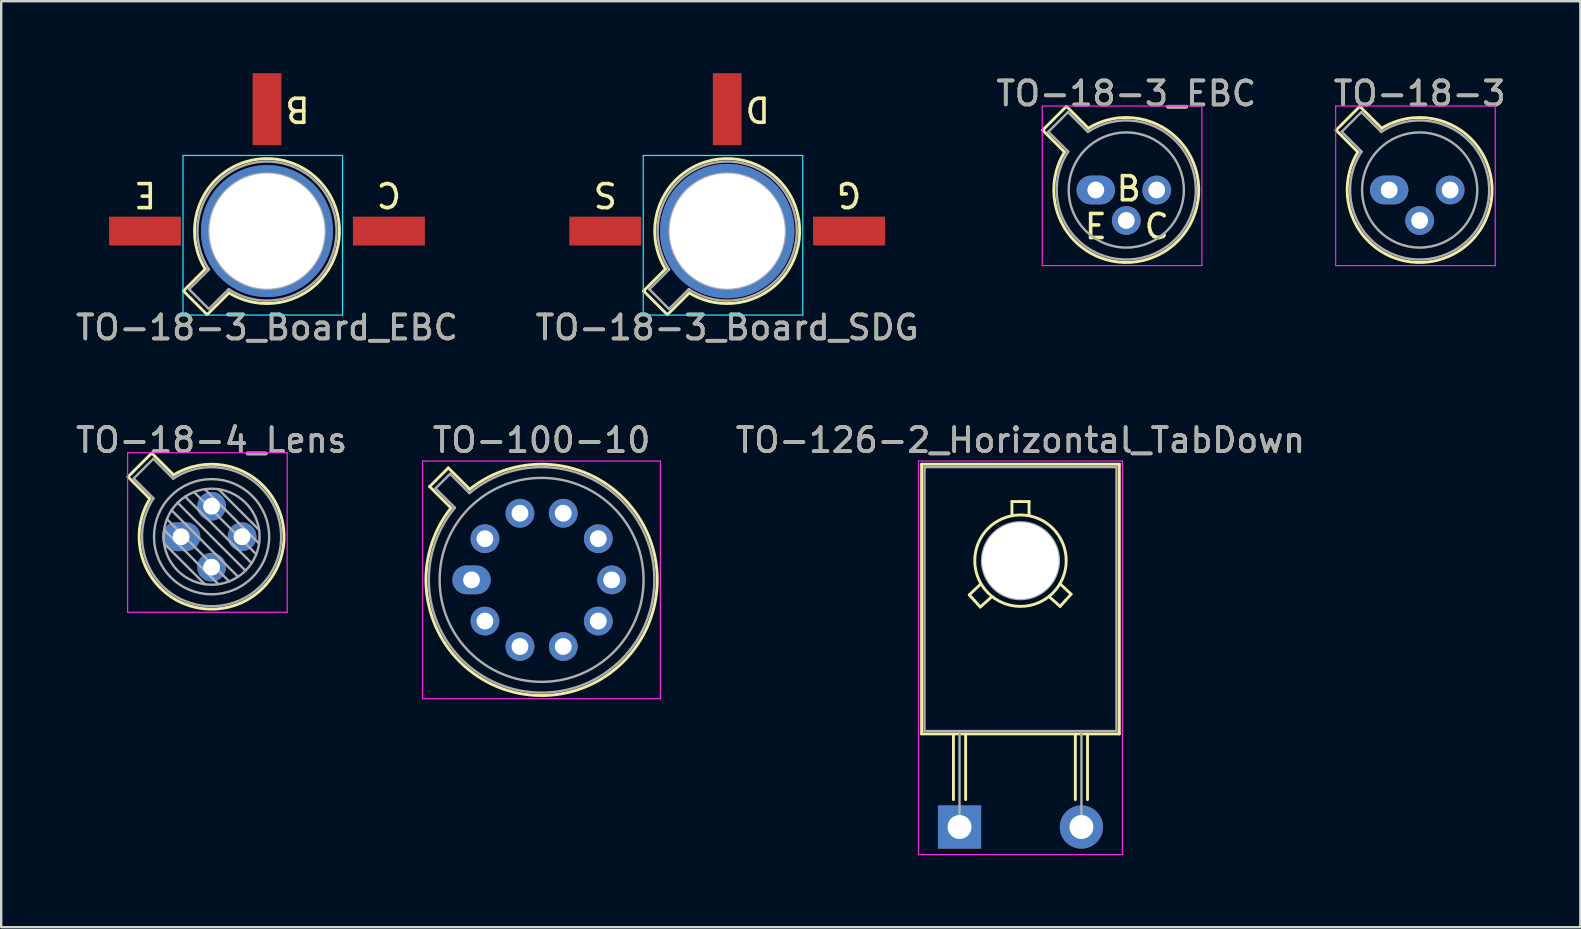
<source format=kicad_pcb>
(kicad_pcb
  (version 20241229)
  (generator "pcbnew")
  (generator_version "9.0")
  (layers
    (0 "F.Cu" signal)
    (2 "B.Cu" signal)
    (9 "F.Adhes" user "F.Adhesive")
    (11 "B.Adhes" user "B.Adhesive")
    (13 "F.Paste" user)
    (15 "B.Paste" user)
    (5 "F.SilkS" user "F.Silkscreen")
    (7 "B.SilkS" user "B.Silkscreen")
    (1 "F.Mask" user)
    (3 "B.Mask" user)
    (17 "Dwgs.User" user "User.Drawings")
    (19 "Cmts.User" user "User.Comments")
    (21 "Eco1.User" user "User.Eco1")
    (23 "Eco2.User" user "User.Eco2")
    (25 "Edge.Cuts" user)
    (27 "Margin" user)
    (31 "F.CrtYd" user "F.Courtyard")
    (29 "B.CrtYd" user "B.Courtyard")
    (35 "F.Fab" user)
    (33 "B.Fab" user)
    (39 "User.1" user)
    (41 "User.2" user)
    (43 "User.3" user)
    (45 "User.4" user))
  (footprint "TO-126-2_Horizontal_TabDown"
    (layer "F.Cu")
    (at 36.938 31.416)
    (property "Reference" "TO-126-2_Horizontal_TabDown" (at 2.54 -16.12 0) (layer "F.SilkS") (effects (font (size 1 1) (thickness 0.15))))
    (attr through_hole)
    (fp_line (start -1.58 -15.12) (end -1.58 -3.88) (stroke (width 0.12) (type solid)) (layer "F.SilkS"))
    (fp_line (start -1.58 -15.12) (end 6.66 -15.12) (stroke (width 0.12) (type solid)) (layer "F.SilkS"))
    (fp_line (start -1.58 -3.88) (end 6.66 -3.88) (stroke (width 0.12) (type solid)) (layer "F.SilkS"))
    (fp_line (start -0.254 -1.143) (end -0.254 -3.873) (stroke (width 0.12) (type solid)) (layer "F.SilkS"))
    (fp_line (start 0.254 -3.873) (end 0.254 -1.143) (stroke (width 0.12) (type solid)) (layer "F.SilkS"))
    (fp_line (start 0.406 -9.677) (end 0.864 -10.109) (stroke (width 0.12) (type solid)) (layer "F.SilkS"))
    (fp_line (start 0.635 -9.423) (end 0.406 -9.677) (stroke (width 0.12) (type solid)) (layer "F.SilkS"))
    (fp_line (start 0.864 -9.169) (end 0.635 -9.423) (stroke (width 0.12) (type solid)) (layer "F.SilkS"))
    (fp_line (start 0.864 -9.169) (end 1.321 -9.576) (stroke (width 0.12) (type solid)) (layer "F.SilkS"))
    (fp_line (start 2.184 -13.564) (end 2.184 -13.005) (stroke (width 0.12) (type solid)) (layer "F.SilkS"))
    (fp_line (start 2.184 -13.564) (end 2.54 -13.564) (stroke (width 0.12) (type solid)) (layer "F.SilkS"))
    (fp_line (start 2.54 -13.564) (end 2.896 -13.564) (stroke (width 0.12) (type solid)) (layer "F.SilkS"))
    (fp_line (start 2.896 -13.564) (end 2.896 -12.979) (stroke (width 0.12) (type solid)) (layer "F.SilkS"))
    (fp_line (start 4.191 -9.195) (end 3.734 -9.601) (stroke (width 0.12) (type solid)) (layer "F.SilkS"))
    (fp_line (start 4.191 -9.195) (end 4.42 -9.449) (stroke (width 0.12) (type solid)) (layer "F.SilkS"))
    (fp_line (start 4.42 -9.449) (end 4.648 -9.703) (stroke (width 0.12) (type solid)) (layer "F.SilkS"))
    (fp_line (start 4.648 -9.703) (end 4.191 -10.135) (stroke (width 0.12) (type solid)) (layer "F.SilkS"))
    (fp_line (start 4.826 -1.143) (end 4.826 -3.873) (stroke (width 0.12) (type solid)) (layer "F.SilkS"))
    (fp_line (start 5.334 -3.873) (end 5.334 -1.143) (stroke (width 0.12) (type solid)) (layer "F.SilkS"))
    (fp_line (start 6.66 -15.12) (end 6.66 -3.88) (stroke (width 0.12) (type solid)) (layer "F.SilkS"))
    (fp_circle (center 2.54 -11.1) (end 4.445 -11.125) (stroke (width 0.12) (type solid)) (fill no) (layer "F.SilkS"))
    (fp_line (start -1.71 -15.25) (end -1.71 1.15) (stroke (width 0.05) (type solid)) (layer "F.CrtYd"))
    (fp_line (start -1.71 1.15) (end 6.79 1.15) (stroke (width 0.05) (type solid)) (layer "F.CrtYd"))
    (fp_line (start 6.79 -15.25) (end -1.71 -15.25) (stroke (width 0.05) (type solid)) (layer "F.CrtYd"))
    (fp_line (start 6.79 1.15) (end 6.79 -15.25) (stroke (width 0.05) (type solid)) (layer "F.CrtYd"))
    (fp_line (start -1.46 -15) (end 6.54 -15) (stroke (width 0.1) (type solid)) (layer "F.Fab"))
    (fp_line (start -1.46 -4) (end -1.46 -15) (stroke (width 0.1) (type solid)) (layer "F.Fab"))
    (fp_line (start 0 -4) (end 0 0) (stroke (width 0.1) (type solid)) (layer "F.Fab"))
    (fp_line (start 5.08 -4) (end 5.08 0) (stroke (width 0.1) (type solid)) (layer "F.Fab"))
    (fp_line (start 6.54 -15) (end 6.54 -4) (stroke (width 0.1) (type solid)) (layer "F.Fab"))
    (fp_line (start 6.54 -4) (end -1.46 -4) (stroke (width 0.1) (type solid)) (layer "F.Fab"))
    (fp_circle (center 2.54 -11.1) (end 4.14 -11.1) (stroke (width 0.1) (type solid)) (fill no) (layer "F.Fab"))
    (fp_text user "${REFERENCE}" (at 2.54 -16.12 0) (layer "F.Fab") (effects (font (size 1 1) (thickness 0.15))))
    (pad "" np_thru_hole oval (at 2.54 -11.1) (size 3.2 3.2) (drill 3.2) (layers "*.Cu" "*.Mask"))
    (pad "1" thru_hole rect (at 0 0) (size 1.8 1.8) (drill 1) (layers "*.Cu" "*.Mask"))
    (pad "2" thru_hole oval (at 5.08 0) (size 1.8 1.8) (drill 1) (layers "*.Cu" "*.Mask")))
  (footprint "TO-18-3"
    (layer "F.Cu")
    (at 54.843 4.868)
    (property "Reference" "TO-18-3" (at 1.27 -4.02 0) (layer "F.SilkS") (effects (font (size 1 1) (thickness 0.15))))
    (attr through_hole)
    (fp_line (start -2.214 -2.494) (end -1.302 -1.582) (stroke (width 0.12) (type solid)) (layer "F.SilkS"))
    (fp_line (start -1.224 -3.484) (end -2.214 -2.494) (stroke (width 0.12) (type solid)) (layer "F.SilkS"))
    (fp_line (start -0.312 -2.572) (end -1.224 -3.484) (stroke (width 0.12) (type solid)) (layer "F.SilkS"))
    (fp_arc (start -0.312331 -2.572281) (mid 3.405374 2.135551) (end -1.30215 -1.582544) (stroke (width 0.12) (type solid)) (layer "F.SilkS"))
    (fp_line (start -2.23 -3.5) (end -2.23 3.15) (stroke (width 0.05) (type solid)) (layer "F.CrtYd"))
    (fp_line (start -2.23 3.15) (end 4.42 3.15) (stroke (width 0.05) (type solid)) (layer "F.CrtYd"))
    (fp_line (start 4.42 -3.5) (end -2.23 -3.5) (stroke (width 0.05) (type solid)) (layer "F.CrtYd"))
    (fp_line (start 4.42 3.15) (end 4.42 -3.5) (stroke (width 0.05) (type solid)) (layer "F.CrtYd"))
    (fp_line (start -1.977 -2.426) (end -1.149 -1.599) (stroke (width 0.1) (type solid)) (layer "F.Fab"))
    (fp_line (start -1.156 -3.247) (end -1.977 -2.426) (stroke (width 0.1) (type solid)) (layer "F.Fab"))
    (fp_line (start -0.329 -2.419) (end -1.156 -3.247) (stroke (width 0.1) (type solid)) (layer "F.Fab"))
    (fp_arc (start -0.329057 -2.419301) (mid 3.321076 2.050143) (end -1.150029 -1.597956) (stroke (width 0.1) (type solid)) (layer "F.Fab"))
    (fp_circle (center 1.27 0) (end 3.67 0) (stroke (width 0.1) (type solid)) (fill no) (layer "F.Fab"))
    (fp_text user "${REFERENCE}" (at 1.27 -4.02 0) (layer "F.Fab") (effects (font (size 1 1) (thickness 0.15))))
    (pad "1" thru_hole oval (at 0 0) (size 1.6 1.2) (drill 0.7) (layers "*.Cu" "*.Mask"))
    (pad "2" thru_hole oval (at 1.27 1.27) (size 1.2 1.2) (drill 0.7) (layers "*.Cu" "*.Mask"))
    (pad "3" thru_hole oval (at 2.54 0) (size 1.2 1.2) (drill 0.7) (layers "*.Cu" "*.Mask")))
  (footprint "TO-18-3_EBC"
    (layer "F.Cu")
    (at 42.617 4.868)
    (property "Reference" "TO-18-3_EBC" (at 1.27 -4.02 0) (layer "F.SilkS") (effects (font (size 1 1) (thickness 0.15))))
    (fp_line (start -2.214 -2.494) (end -1.302 -1.582) (stroke (width 0.12) (type solid)) (layer "F.SilkS"))
    (fp_line (start -1.224 -3.484) (end -2.214 -2.494) (stroke (width 0.12) (type solid)) (layer "F.SilkS"))
    (fp_line (start -0.312 -2.572) (end -1.224 -3.484) (stroke (width 0.12) (type solid)) (layer "F.SilkS"))
    (fp_arc (start -0.312331 -2.572281) (mid 3.405374 2.135551) (end -1.30215 -1.582544) (stroke (width 0.12) (type solid)) (layer "F.SilkS"))
    (fp_line (start -2.23 -3.5) (end -2.23 3.15) (stroke (width 0.05) (type solid)) (layer "F.CrtYd"))
    (fp_line (start -2.23 3.15) (end 4.42 3.15) (stroke (width 0.05) (type solid)) (layer "F.CrtYd"))
    (fp_line (start 4.42 -3.5) (end -2.23 -3.5) (stroke (width 0.05) (type solid)) (layer "F.CrtYd"))
    (fp_line (start 4.42 3.15) (end 4.42 -3.5) (stroke (width 0.05) (type solid)) (layer "F.CrtYd"))
    (fp_line (start -1.977 -2.426) (end -1.149 -1.599) (stroke (width 0.1) (type solid)) (layer "F.Fab"))
    (fp_line (start -1.156 -3.247) (end -1.977 -2.426) (stroke (width 0.1) (type solid)) (layer "F.Fab"))
    (fp_line (start -0.329 -2.419) (end -1.156 -3.247) (stroke (width 0.1) (type solid)) (layer "F.Fab"))
    (fp_arc (start -0.329057 -2.419301) (mid 3.321076 2.050143) (end -1.150029 -1.597956) (stroke (width 0.1) (type solid)) (layer "F.Fab"))
    (fp_circle (center 1.27 0) (end 3.67 0) (stroke (width 0.1) (type solid)) (fill no) (layer "F.Fab"))
    (fp_text user "B" (at 1.372 -0.051 0) (unlocked yes) (layer "F.SilkS") (effects (font (size 1 1) (thickness 0.15))))
    (fp_text user "C" (at 2.54 1.524 0) (unlocked yes) (layer "F.SilkS") (effects (font (size 1 1) (thickness 0.15))))
    (fp_text user "E" (at 0 1.524 0) (unlocked yes) (layer "F.SilkS") (effects (font (size 1 1) (thickness 0.15))))
    (fp_text user "${REFERENCE}" (at 1.27 -4.02 0) (layer "F.Fab") (effects (font (size 1 1) (thickness 0.15))))
    (pad "1" thru_hole oval (at 0 0) (size 1.6 1.2) (drill 0.7) (layers "*.Cu" "*.Mask"))
    (pad "2" thru_hole oval (at 1.27 1.27) (size 1.2 1.2) (drill 0.7) (layers "*.Cu" "*.Mask"))
    (pad "3" thru_hole oval (at 2.54 0) (size 1.2 1.2) (drill 0.7) (layers "*.Cu" "*.Mask")))
  (footprint "TO-100-10"
    (layer "F.Cu")
    (at 16.601 21.116)
    (property "Reference" "TO-100-10" (at 2.92 -5.82 0) (layer "F.SilkS") (effects (font (size 1 1) (thickness 0.15))))
    (attr through_hole)
    (fp_line (start -1.746 -3.888) (end -0.855 -2.997) (stroke (width 0.12) (type solid)) (layer "F.SilkS"))
    (fp_line (start -0.968 -4.666) (end -1.746 -3.888) (stroke (width 0.12) (type solid)) (layer "F.SilkS"))
    (fp_line (start -0.077 -3.775) (end -0.968 -4.666) (stroke (width 0.12) (type solid)) (layer "F.SilkS"))
    (fp_arc (start -0.077084 -3.774902) (mid 6.328125 3.408384) (end -0.854674 -2.997371) (stroke (width 0.12) (type solid)) (layer "F.SilkS"))
    (fp_line (start -2.04 -4.95) (end -2.04 4.95) (stroke (width 0.05) (type solid)) (layer "F.CrtYd"))
    (fp_line (start -2.04 4.95) (end 7.87 4.95) (stroke (width 0.05) (type solid)) (layer "F.CrtYd"))
    (fp_line (start 7.87 -4.95) (end -2.04 -4.95) (stroke (width 0.05) (type solid)) (layer "F.CrtYd"))
    (fp_line (start 7.87 4.95) (end 7.87 -4.95) (stroke (width 0.05) (type solid)) (layer "F.CrtYd"))
    (fp_line (start -1.5 -3.812) (end -0.694 -3.005) (stroke (width 0.1) (type solid)) (layer "F.Fab"))
    (fp_line (start -0.892 -4.42) (end -1.5 -3.812) (stroke (width 0.1) (type solid)) (layer "F.Fab"))
    (fp_line (start -0.085 -3.614) (end -0.892 -4.42) (stroke (width 0.1) (type solid)) (layer "F.Fab"))
    (fp_arc (start -0.085408 -3.61352) (mid 6.243443 3.323361) (end -0.693594 -3.005319) (stroke (width 0.1) (type solid)) (layer "F.Fab"))
    (fp_circle (center 2.92 0) (end 7.17 0) (stroke (width 0.1) (type solid)) (fill no) (layer "F.Fab"))
    (fp_text user "${REFERENCE}" (at 2.92 -5.82 0) (layer "F.Fab") (effects (font (size 1 1) (thickness 0.15))))
    (pad "1" thru_hole oval (at 0 0) (size 1.6 1.2) (drill 0.7) (layers "*.Cu" "*.Mask"))
    (pad "2" thru_hole oval (at 0.558 1.716) (size 1.2 1.2) (drill 0.7) (layers "*.Cu" "*.Mask"))
    (pad "3" thru_hole oval (at 2.018 2.777) (size 1.2 1.2) (drill 0.7) (layers "*.Cu" "*.Mask"))
    (pad "4" thru_hole oval (at 3.822 2.777) (size 1.2 1.2) (drill 0.7) (layers "*.Cu" "*.Mask"))
    (pad "5" thru_hole oval (at 5.282 1.716) (size 1.2 1.2) (drill 0.7) (layers "*.Cu" "*.Mask"))
    (pad "6" thru_hole oval (at 5.84 0) (size 1.2 1.2) (drill 0.7) (layers "*.Cu" "*.Mask"))
    (pad "7" thru_hole oval (at 5.282 -1.716) (size 1.2 1.2) (drill 0.7) (layers "*.Cu" "*.Mask"))
    (pad "8" thru_hole oval (at 3.822 -2.777) (size 1.2 1.2) (drill 0.7) (layers "*.Cu" "*.Mask"))
    (pad "9" thru_hole oval (at 2.018 -2.777) (size 1.2 1.2) (drill 0.7) (layers "*.Cu" "*.Mask"))
    (pad "10" thru_hole oval (at 0.558 -1.716) (size 1.2 1.2) (drill 0.7) (layers "*.Cu" "*.Mask")))
  (footprint "TO-18-3_Board_EBC"
    (layer "F.Cu")
    (at 6.807 6.58)
    (property "Reference" "TO-18-3_Board_EBC" (at 1.27 4.02 0) (layer "F.SilkS") (effects (font (size 1 1) (thickness 0.15))))
    (fp_line (start -2.214 2.494) (end -1.302 1.582) (stroke (width 0.12) (type solid)) (layer "F.SilkS"))
    (fp_line (start -1.224 3.484) (end -2.214 2.494) (stroke (width 0.12) (type solid)) (layer "F.SilkS"))
    (fp_line (start -0.312 2.572) (end -1.224 3.484) (stroke (width 0.12) (type solid)) (layer "F.SilkS"))
    (fp_arc (start -1.30215 1.582544) (mid 3.405374 -2.135551) (end -0.312331 2.572281) (stroke (width 0.12) (type solid)) (layer "F.SilkS"))
    (fp_line (start -2.23 -3.15) (end 4.42 -3.15) (stroke (width 0.05) (type solid)) (layer "B.CrtYd"))
    (fp_line (start -2.23 3.5) (end -2.23 -3.15) (stroke (width 0.05) (type solid)) (layer "B.CrtYd"))
    (fp_line (start 4.42 -3.15) (end 4.42 3.5) (stroke (width 0.05) (type solid)) (layer "B.CrtYd"))
    (fp_line (start 4.42 3.5) (end -2.23 3.5) (stroke (width 0.05) (type solid)) (layer "B.CrtYd"))
    (fp_line (start -1.977 2.426) (end -1.149 1.599) (stroke (width 0.1) (type solid)) (layer "F.Fab"))
    (fp_line (start -1.156 3.247) (end -1.977 2.426) (stroke (width 0.1) (type solid)) (layer "F.Fab"))
    (fp_line (start -0.329 2.419) (end -1.156 3.247) (stroke (width 0.1) (type solid)) (layer "F.Fab"))
    (fp_arc (start -1.150029 1.597956) (mid 3.321077 -2.050143) (end -0.329057 2.419301) (stroke (width 0.1) (type solid)) (layer "F.Fab"))
    (fp_circle (center 1.27 0) (end 3.67 0) (stroke (width 0.1) (type solid)) (fill no) (layer "F.Fab"))
    (fp_text user "C" (at 6.35 -1.524 180) (unlocked yes) (layer "F.SilkS") (effects (font (size 1 1) (thickness 0.15))))
    (fp_text user "B" (at 2.54 -5.08 180) (unlocked yes) (layer "F.SilkS") (effects (font (size 1 1) (thickness 0.15))))
    (fp_text user "E" (at -3.81 -1.524 180) (unlocked yes) (layer "F.SilkS") (effects (font (size 1 1) (thickness 0.15))))
    (fp_text user "${REFERENCE}" (at 1.27 4.02 0) (layer "F.Fab") (effects (font (size 1 1) (thickness 0.15))))
    (pad "1" smd rect (at -3.81 0) (size 3 1.2) (layers "F.Cu" "F.Mask" "F.Paste"))
    (pad "2" smd rect (at 1.27 -5.08) (size 1.2 3) (layers "F.Cu" "F.Mask" "F.Paste"))
    (pad "3" smd rect (at 6.35 0) (size 3 1.2) (layers "F.Cu" "F.Mask" "F.Paste"))
    (pad "4" thru_hole circle (at 1.27 0) (size 5.5 5.5) (drill 4.8) (layers "*.Cu" "*.Mask")))
  (footprint "TO-18-3_Board_SDG"
    (layer "F.Cu")
    (at 25.986 6.58)
    (property "Reference" "TO-18-3_Board_SDG" (at 1.27 4.02 0) (layer "F.SilkS") (effects (font (size 1 1) (thickness 0.15))))
    (fp_line (start -2.214 2.494) (end -1.302 1.582) (stroke (width 0.12) (type solid)) (layer "F.SilkS"))
    (fp_line (start -1.224 3.484) (end -2.214 2.494) (stroke (width 0.12) (type solid)) (layer "F.SilkS"))
    (fp_line (start -0.312 2.572) (end -1.224 3.484) (stroke (width 0.12) (type solid)) (layer "F.SilkS"))
    (fp_arc (start -1.30215 1.582544) (mid 3.405374 -2.135551) (end -0.312331 2.572281) (stroke (width 0.12) (type solid)) (layer "F.SilkS"))
    (fp_line (start -2.23 -3.15) (end 4.42 -3.15) (stroke (width 0.05) (type solid)) (layer "B.CrtYd"))
    (fp_line (start -2.23 3.5) (end -2.23 -3.15) (stroke (width 0.05) (type solid)) (layer "B.CrtYd"))
    (fp_line (start 4.42 -3.15) (end 4.42 3.5) (stroke (width 0.05) (type solid)) (layer "B.CrtYd"))
    (fp_line (start 4.42 3.5) (end -2.23 3.5) (stroke (width 0.05) (type solid)) (layer "B.CrtYd"))
    (fp_line (start -1.977 2.426) (end -1.149 1.599) (stroke (width 0.1) (type solid)) (layer "F.Fab"))
    (fp_line (start -1.156 3.247) (end -1.977 2.426) (stroke (width 0.1) (type solid)) (layer "F.Fab"))
    (fp_line (start -0.329 2.419) (end -1.156 3.247) (stroke (width 0.1) (type solid)) (layer "F.Fab"))
    (fp_arc (start -1.150029 1.597956) (mid 3.321077 -2.050143) (end -0.329057 2.419301) (stroke (width 0.1) (type solid)) (layer "F.Fab"))
    (fp_circle (center 1.27 0) (end 3.67 0) (stroke (width 0.1) (type solid)) (fill no) (layer "F.Fab"))
    (fp_text user "G" (at 6.35 -1.524 180) (unlocked yes) (layer "F.SilkS") (effects (font (size 1 1) (thickness 0.15))))
    (fp_text user "S" (at -3.81 -1.524 180) (unlocked yes) (layer "F.SilkS") (effects (font (size 1 1) (thickness 0.15))))
    (fp_text user "D" (at 2.54 -5.08 180) (unlocked yes) (layer "F.SilkS") (effects (font (size 1 1) (thickness 0.15))))
    (fp_text user "${REFERENCE}" (at 1.27 4.02 0) (layer "F.Fab") (effects (font (size 1 1) (thickness 0.15))))
    (pad "1" smd rect (at -3.81 0) (size 3 1.2) (layers "F.Cu" "F.Mask" "F.Paste"))
    (pad "2" smd rect (at 1.27 -5.08) (size 1.2 3) (layers "F.Cu" "F.Mask" "F.Paste"))
    (pad "3" smd rect (at 6.35 0) (size 3 1.2) (layers "F.Cu" "F.Mask" "F.Paste"))
    (pad "4" thru_hole circle (at 1.27 0) (size 5.6 5.6) (drill 4.8) (layers "*.Cu" "*.Mask")))
  (footprint "TO-18-4_Lens"
    (layer "F.Cu")
    (at 4.498 19.317)
    (property "Reference" "TO-18-4_Lens" (at 1.27 -4.02 0) (layer "F.SilkS") (effects (font (size 1 1) (thickness 0.15))))
    (attr through_hole)
    (fp_line (start -2.214 -2.494) (end -1.302 -1.582) (stroke (width 0.12) (type solid)) (layer "F.SilkS"))
    (fp_line (start -1.224 -3.484) (end -2.214 -2.494) (stroke (width 0.12) (type solid)) (layer "F.SilkS"))
    (fp_line (start -0.312 -2.572) (end -1.224 -3.484) (stroke (width 0.12) (type solid)) (layer "F.SilkS"))
    (fp_arc (start -0.312331 -2.572281) (mid 3.405374 2.135551) (end -1.30215 -1.582544) (stroke (width 0.12) (type solid)) (layer "F.SilkS"))
    (fp_line (start -2.23 -3.5) (end -2.23 3.15) (stroke (width 0.05) (type solid)) (layer "F.CrtYd"))
    (fp_line (start -2.23 3.15) (end 4.42 3.15) (stroke (width 0.05) (type solid)) (layer "F.CrtYd"))
    (fp_line (start 4.42 -3.5) (end -2.23 -3.5) (stroke (width 0.05) (type solid)) (layer "F.CrtYd"))
    (fp_line (start 4.42 3.15) (end 4.42 -3.5) (stroke (width 0.05) (type solid)) (layer "F.CrtYd"))
    (fp_line (start -1.977 -2.426) (end -1.149 -1.599) (stroke (width 0.1) (type solid)) (layer "F.Fab"))
    (fp_line (start -1.156 -3.247) (end -1.977 -2.426) (stroke (width 0.1) (type solid)) (layer "F.Fab"))
    (fp_line (start -0.71 -0.283) (end 1.553 1.98) (stroke (width 0.1) (type solid)) (layer "F.Fab"))
    (fp_line (start -0.71 0.283) (end 0.987 1.98) (stroke (width 0.1) (type solid)) (layer "F.Fab"))
    (fp_line (start -0.592 -0.731) (end 2.001 1.862) (stroke (width 0.1) (type solid)) (layer "F.Fab"))
    (fp_line (start -0.399 -1.103) (end 2.373 1.669) (stroke (width 0.1) (type solid)) (layer "F.Fab"))
    (fp_line (start -0.329 -2.419) (end -1.156 -3.247) (stroke (width 0.1) (type solid)) (layer "F.Fab"))
    (fp_line (start -0.145 -1.415) (end 2.685 1.415) (stroke (width 0.1) (type solid)) (layer "F.Fab"))
    (fp_line (start 0.167 -1.669) (end 2.939 1.103) (stroke (width 0.1) (type solid)) (layer "F.Fab"))
    (fp_line (start 0.539 -1.862) (end 3.132 0.731) (stroke (width 0.1) (type solid)) (layer "F.Fab"))
    (fp_line (start 0.987 -1.98) (end 3.25 0.283) (stroke (width 0.1) (type solid)) (layer "F.Fab"))
    (fp_line (start 1.553 -1.98) (end 3.25 -0.283) (stroke (width 0.1) (type solid)) (layer "F.Fab"))
    (fp_arc (start -0.329057 -2.419301) (mid 3.321076 2.050143) (end -1.150029 -1.597956) (stroke (width 0.1) (type solid)) (layer "F.Fab"))
    (fp_circle (center 1.27 0) (end 3.27 0) (stroke (width 0.1) (type solid)) (fill no) (layer "F.Fab"))
    (fp_circle (center 1.27 0) (end 3.67 0) (stroke (width 0.1) (type solid)) (fill no) (layer "F.Fab"))
    (fp_text user "${REFERENCE}" (at 1.27 -4.02 0) (layer "F.Fab") (effects (font (size 1 1) (thickness 0.15))))
    (pad "1" thru_hole oval (at 0 0) (size 1.6 1.2) (drill 0.7) (layers "*.Cu" "*.Mask"))
    (pad "2" thru_hole oval (at 1.27 1.27) (size 1.2 1.2) (drill 0.7) (layers "*.Cu" "*.Mask"))
    (pad "3" thru_hole oval (at 2.54 0) (size 1.2 1.2) (drill 0.7) (layers "*.Cu" "*.Mask"))
    (pad "4" thru_hole oval (at 1.27 -1.27) (size 1.2 1.2) (drill 0.7) (layers "*.Cu" "*.Mask")))
  (gr_rect
    (start -3 -3)
    (end 62.81 35.592)
    (stroke (width 0.1) (type default))
    (fill no)
    (layer "Edge.Cuts")))
</source>
